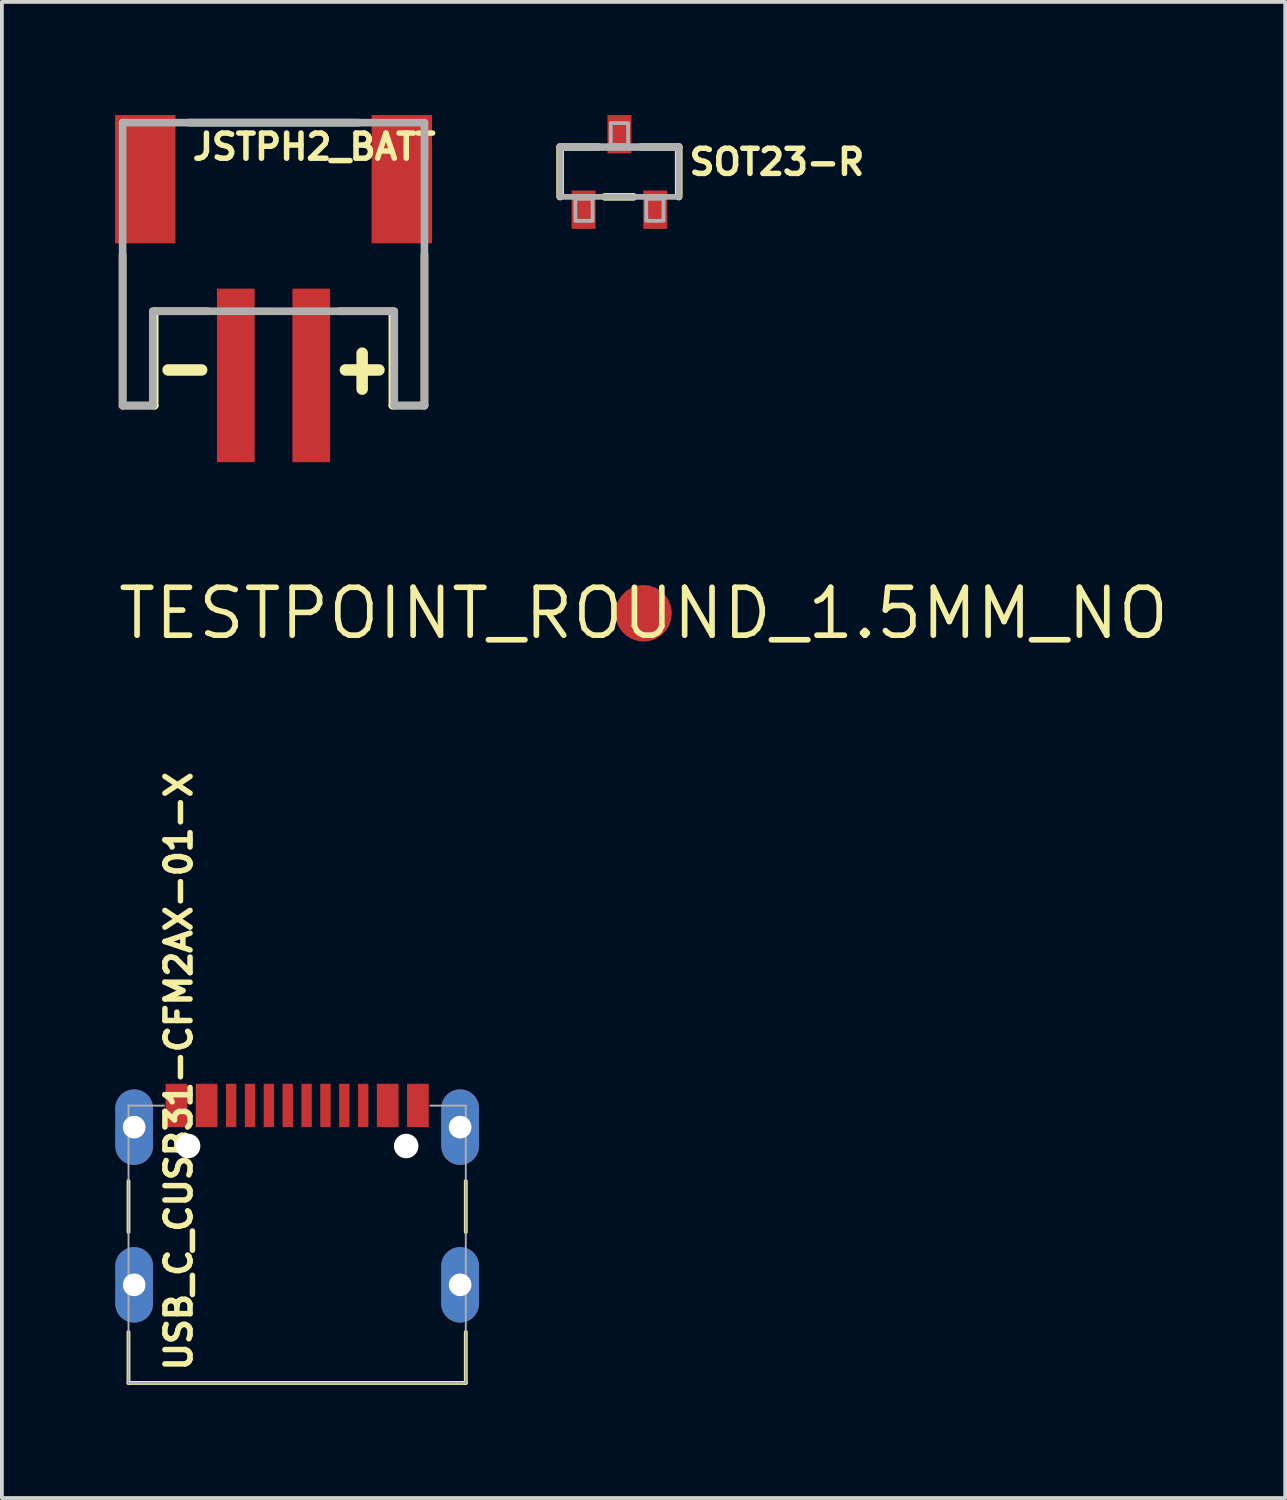
<source format=kicad_pcb>
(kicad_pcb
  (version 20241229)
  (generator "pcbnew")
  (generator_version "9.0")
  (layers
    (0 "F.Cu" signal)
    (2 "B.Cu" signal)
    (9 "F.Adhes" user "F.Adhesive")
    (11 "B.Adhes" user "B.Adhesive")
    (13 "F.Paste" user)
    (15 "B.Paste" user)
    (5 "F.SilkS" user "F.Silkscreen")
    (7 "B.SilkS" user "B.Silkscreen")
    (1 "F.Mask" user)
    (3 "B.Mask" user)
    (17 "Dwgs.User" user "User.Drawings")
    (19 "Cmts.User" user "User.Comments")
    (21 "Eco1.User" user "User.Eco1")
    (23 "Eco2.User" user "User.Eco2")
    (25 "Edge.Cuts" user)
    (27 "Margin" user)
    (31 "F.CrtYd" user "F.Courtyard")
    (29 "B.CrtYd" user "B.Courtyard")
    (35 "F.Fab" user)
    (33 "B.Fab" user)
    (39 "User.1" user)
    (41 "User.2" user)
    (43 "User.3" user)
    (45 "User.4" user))
  (footprint "SOT23-R"
    (layer "F.Cu")
    (at 13.368 1.508)
    (property "Reference" "SOT23-R" (at 1.778 0.127 0) (unlocked yes) (layer "F.SilkS") (effects (font (size 0.666 0.666) (thickness 0.146)) (justify left bottom)))
    (fp_line (start -1.572 -0.66) (end -0.564 -0.66) (stroke (width 0.203) (type solid)) (layer "F.SilkS"))
    (fp_line (start -1.572 0.652) (end -1.572 -0.66) (stroke (width 0.203) (type solid)) (layer "F.SilkS"))
    (fp_line (start 0.372 0.66) (end -0.386 0.66) (stroke (width 0.203) (type solid)) (layer "F.SilkS"))
    (fp_line (start 0.564 -0.66) (end 1.572 -0.66) (stroke (width 0.203) (type solid)) (layer "F.SilkS"))
    (fp_line (start 1.572 -0.66) (end 1.572 0.652) (stroke (width 0.203) (type solid)) (layer "F.SilkS"))
    (fp_line (start -1.572 -0.66) (end 1.572 -0.66) (stroke (width 0.203) (type solid)) (layer "F.Fab"))
    (fp_line (start -1.572 0.66) (end -1.572 -0.66) (stroke (width 0.152) (type solid)) (layer "F.Fab"))
    (fp_line (start 1.572 -0.66) (end 1.572 0.66) (stroke (width 0.152) (type solid)) (layer "F.Fab"))
    (fp_line (start 1.572 0.66) (end -1.572 0.66) (stroke (width 0.152) (type solid)) (layer "F.Fab"))
    (fp_poly (pts (xy -1.168 1.295) (xy -0.711 1.295) (xy -0.711 0.711) (xy -1.168 0.711)) (stroke (width 0.1) (type default)) (fill no) (layer "F.Fab"))
    (fp_poly (pts (xy -0.229 -0.711) (xy 0.229 -0.711) (xy 0.229 -1.295) (xy -0.229 -1.295)) (stroke (width 0.1) (type default)) (fill no) (layer "F.Fab"))
    (fp_poly (pts (xy 0.711 1.295) (xy 1.168 1.295) (xy 1.168 0.711) (xy 0.711 0.711)) (stroke (width 0.1) (type default)) (fill no) (layer "F.Fab"))
    (pad "1" smd rect (at -0.95 1) (size 0.635 1.016) (layers "F.Cu" "F.Mask" "F.Paste"))
    (pad "2" smd rect (at 0.95 1) (size 0.635 1.016) (layers "F.Cu" "F.Mask" "F.Paste"))
    (pad "3" smd rect (at 0 -1) (size 0.635 1.016) (layers "F.Cu" "F.Mask" "F.Paste")))
  (footprint "TESTPOINT_ROUND_1.5MM_NO"
    (layer "F.Cu")
    (at 14.008 13.206)
    (property "Reference" "TESTPOINT_ROUND_1.5MM_NO" (at 0 0 0) (unlocked yes) (layer "F.SilkS") (effects (font (size 1.27 1.27) (thickness 0.15))))
    (pad "P$1" smd roundrect (at 0 0) (size 1.5 1.5) (layers "F.Cu" "F.Mask") (roundrect_rratio 0.5)))
  (footprint "JSTPH2_BATT"
    (layer "F.Cu")
    (at 4.2 3.2)
    (property "Reference" "JSTPH2_BATT" (at -2.223 -1.968 0) (unlocked yes) (layer "F.SilkS") (effects (font (size 0.666 0.666) (thickness 0.146)) (justify left bottom)))
    (fp_line (start -4 4.5) (end -4 0.5) (stroke (width 0.203) (type solid)) (layer "F.SilkS"))
    (fp_line (start -3.15 2) (end -3.15 4.5) (stroke (width 0.203) (type solid)) (layer "F.SilkS"))
    (fp_line (start -3.15 4.5) (end -4 4.5) (stroke (width 0.203) (type solid)) (layer "F.SilkS"))
    (fp_line (start -2.794 3.556) (end -1.905 3.556) (stroke (width 0.305) (type solid)) (layer "F.SilkS"))
    (fp_line (start -2.25 -3) (end 2.25 -3) (stroke (width 0.203) (type solid)) (layer "F.SilkS"))
    (fp_line (start -1.75 2) (end -3.15 2) (stroke (width 0.203) (type solid)) (layer "F.SilkS"))
    (fp_line (start 1.905 3.556) (end 2.794 3.556) (stroke (width 0.305) (type solid)) (layer "F.SilkS"))
    (fp_line (start 2.349 4.064) (end 2.349 3.111) (stroke (width 0.305) (type solid)) (layer "F.SilkS"))
    (fp_line (start 3.15 2) (end 1.75 2) (stroke (width 0.203) (type solid)) (layer "F.SilkS"))
    (fp_line (start 3.15 4.5) (end 3.15 2) (stroke (width 0.203) (type solid)) (layer "F.SilkS"))
    (fp_line (start 4 0.5) (end 4 4.5) (stroke (width 0.203) (type solid)) (layer "F.SilkS"))
    (fp_line (start 4 4.5) (end 3.15 4.5) (stroke (width 0.203) (type solid)) (layer "F.SilkS"))
    (fp_line (start -4 -3) (end 4 -3) (stroke (width 0.203) (type solid)) (layer "F.Fab"))
    (fp_line (start -4 4.5) (end -4 -3) (stroke (width 0.203) (type solid)) (layer "F.Fab"))
    (fp_line (start -3.2 2) (end -3.2 4.5) (stroke (width 0.203) (type solid)) (layer "F.Fab"))
    (fp_line (start -3.2 4.5) (end -4 4.5) (stroke (width 0.203) (type solid)) (layer "F.Fab"))
    (fp_line (start 3.2 2) (end -3.2 2) (stroke (width 0.203) (type solid)) (layer "F.Fab"))
    (fp_line (start 3.2 4.5) (end 3.2 2) (stroke (width 0.203) (type solid)) (layer "F.Fab"))
    (fp_line (start 4 -3) (end 4 4.5) (stroke (width 0.203) (type solid)) (layer "F.Fab"))
    (fp_line (start 4 4.5) (end 3.2 4.5) (stroke (width 0.203) (type solid)) (layer "F.Fab"))
    (pad "1" smd rect (at -1 3.7) (size 1 4.6) (layers "F.Cu" "F.Mask" "F.Paste"))
    (pad "2" smd rect (at 1 3.7) (size 1 4.6) (layers "F.Cu" "F.Mask" "F.Paste"))
    (pad "NC1" smd rect (at -3.4 -1.5 90) (size 3.4 1.6) (layers "F.Cu" "F.Mask" "F.Paste"))
    (pad "NC2" smd rect (at 3.4 -1.5 90) (size 3.4 1.6) (layers "F.Cu" "F.Mask" "F.Paste")))
  (footprint "USB_C_CUSB31-CFM2AX-01-X"
    (layer "F.Cu")
    (at 4.826 29.795)
    (property "Reference" "USB_C_CUSB31-CFM2AX-01-X" (at -2.75 3.56 90) (unlocked yes) (layer "F.SilkS") (effects (font (size 0.666 0.666) (thickness 0.146)) (justify left bottom)))
    (fp_line (start -4.47 -0.19) (end -4.47 -1.54) (stroke (width 0.102) (type solid)) (layer "F.SilkS"))
    (fp_line (start -4.47 3.81) (end -4.47 2.46) (stroke (width 0.102) (type solid)) (layer "F.SilkS"))
    (fp_line (start 4.47 -1.54) (end 4.47 -0.19) (stroke (width 0.102) (type solid)) (layer "F.SilkS"))
    (fp_line (start 4.47 2.46) (end 4.47 3.81) (stroke (width 0.102) (type solid)) (layer "F.SilkS"))
    (fp_line (start 4.47 3.81) (end -4.47 3.81) (stroke (width 0.102) (type solid)) (layer "F.SilkS"))
    (fp_poly (pts (xy -4.169 -3.939) (xy -4.034 -3.87) (xy -3.928 -3.763) (xy -3.835 -3.48) (xy -3.835 -2.464) (xy -3.859 -2.315) (xy -3.928 -2.18) (xy -4.034 -2.073) (xy -4.318 -1.981) (xy -4.449 -1.999) (xy -4.572 -2.049) (xy -4.677 -2.13) (xy -4.758 -2.235) (xy -4.826 -2.489) (xy -4.826 -3.454) (xy -4.809 -3.586) (xy -4.758 -3.708) (xy -4.677 -3.814) (xy -4.572 -3.894) (xy -4.318 -3.962)) (stroke (width 0) (type default)) (fill yes) (layer "F.Paste"))
    (fp_poly (pts (xy -4.156 0.24) (xy -4.022 0.308) (xy -3.915 0.415) (xy -3.823 0.699) (xy -3.823 1.714) (xy -3.846 1.864) (xy -3.915 1.998) (xy -4.022 2.105) (xy -4.305 2.197) (xy -4.437 2.18) (xy -4.559 2.129) (xy -4.665 2.048) (xy -4.745 1.943) (xy -4.813 1.689) (xy -4.813 0.724) (xy -4.796 0.592) (xy -4.745 0.47) (xy -4.665 0.365) (xy -4.559 0.284) (xy -4.305 0.216)) (stroke (width 0) (type default)) (fill yes) (layer "F.Paste"))
    (fp_poly (pts (xy 4.48 -3.951) (xy 4.614 -3.883) (xy 4.721 -3.776) (xy 4.813 -3.493) (xy 4.813 -2.477) (xy 4.79 -2.327) (xy 4.721 -2.193) (xy 4.614 -2.086) (xy 4.331 -1.994) (xy 4.199 -2.011) (xy 4.077 -2.062) (xy 3.971 -2.143) (xy 3.891 -2.248) (xy 3.823 -2.502) (xy 3.823 -3.467) (xy 3.84 -3.599) (xy 3.891 -3.721) (xy 3.971 -3.826) (xy 4.077 -3.907) (xy 4.331 -3.975)) (stroke (width 0) (type default)) (fill yes) (layer "F.Paste"))
    (fp_poly (pts (xy 4.48 0.24) (xy 4.614 0.308) (xy 4.721 0.415) (xy 4.813 0.699) (xy 4.813 1.714) (xy 4.79 1.864) (xy 4.721 1.998) (xy 4.614 2.105) (xy 4.331 2.197) (xy 4.199 2.18) (xy 4.077 2.129) (xy 3.971 2.048) (xy 3.891 1.943) (xy 3.823 1.689) (xy 3.823 0.724) (xy 3.84 0.592) (xy 3.891 0.47) (xy 3.971 0.365) (xy 4.077 0.284) (xy 4.331 0.216)) (stroke (width 0) (type default)) (fill yes) (layer "F.Paste"))
    (fp_line (start -4.47 -3.54) (end -3.53 -3.54) (stroke (width 0.05) (type solid)) (layer "F.Fab"))
    (fp_line (start -4.47 3.81) (end -4.47 -3.54) (stroke (width 0.05) (type solid)) (layer "F.Fab"))
    (fp_line (start 3.53 -3.54) (end 4.47 -3.54) (stroke (width 0.05) (type solid)) (layer "F.Fab"))
    (fp_line (start 4.47 -3.54) (end 4.47 3.81) (stroke (width 0.05) (type solid)) (layer "F.Fab"))
    (fp_line (start 4.47 3.81) (end -4.47 3.81) (stroke (width 0.05) (type solid)) (layer "F.Fab"))
    (pad "" np_thru_hole circle (at -2.89 -2.47) (size 0.65 0.65) (drill 0.65) (layers "*.Cu" "*.Mask"))
    (pad "" np_thru_hole circle (at 2.89 -2.47) (size 0.65 0.65) (drill 0.65) (layers "*.Cu" "*.Mask"))
    (pad "A1B12" smd rect (at -3.2 -3.545) (size 0.575 1.15) (layers "F.Cu" "F.Mask" "F.Paste"))
    (pad "A4B9" smd rect (at -2.4 -3.545) (size 0.575 1.15) (layers "F.Cu" "F.Mask" "F.Paste"))
    (pad "A5" smd rect (at -1.25 -3.545) (size 0.275 1.15) (layers "F.Cu" "F.Mask" "F.Paste"))
    (pad "A6" smd rect (at -0.25 -3.545) (size 0.275 1.15) (layers "F.Cu" "F.Mask" "F.Paste"))
    (pad "A7" smd rect (at 0.25 -3.545) (size 0.275 1.15) (layers "F.Cu" "F.Mask" "F.Paste"))
    (pad "A8" smd rect (at 1.25 -3.545) (size 0.275 1.15) (layers "F.Cu" "F.Mask" "F.Paste"))
    (pad "B1A12" smd rect (at 3.2 -3.545) (size 0.575 1.15) (layers "F.Cu" "F.Mask" "F.Paste"))
    (pad "B4A9" smd rect (at 2.4 -3.545) (size 0.575 1.15) (layers "F.Cu" "F.Mask" "F.Paste"))
    (pad "B5" smd rect (at 1.75 -3.545) (size 0.275 1.15) (layers "F.Cu" "F.Mask" "F.Paste"))
    (pad "B6" smd rect (at 0.75 -3.545) (size 0.275 1.15) (layers "F.Cu" "F.Mask" "F.Paste"))
    (pad "B7" smd rect (at -0.75 -3.545) (size 0.275 1.15) (layers "F.Cu" "F.Mask" "F.Paste"))
    (pad "B8" smd rect (at -1.75 -3.545) (size 0.275 1.15) (layers "F.Cu" "F.Mask" "F.Paste"))
    (pad "M1" thru_hole oval (at -4.32 -2.97 90) (size 2 1) (drill 0.6) (layers "*.Cu" "*.Mask"))
    (pad "M2" thru_hole oval (at 4.32 -2.97 90) (size 2 1) (drill 0.6) (layers "*.Cu" "*.Mask"))
    (pad "M3" thru_hole oval (at -4.32 1.21 90) (size 2 1) (drill 0.6) (layers "*.Cu" "*.Mask"))
    (pad "M4" thru_hole oval (at 4.32 1.21 90) (size 2 1) (drill 0.6) (layers "*.Cu" "*.Mask")))
  (gr_rect
    (start -3 -3)
    (end 31.015 36.656)
    (stroke (width 0.1) (type default))
    (fill no)
    (layer "Edge.Cuts")))
</source>
